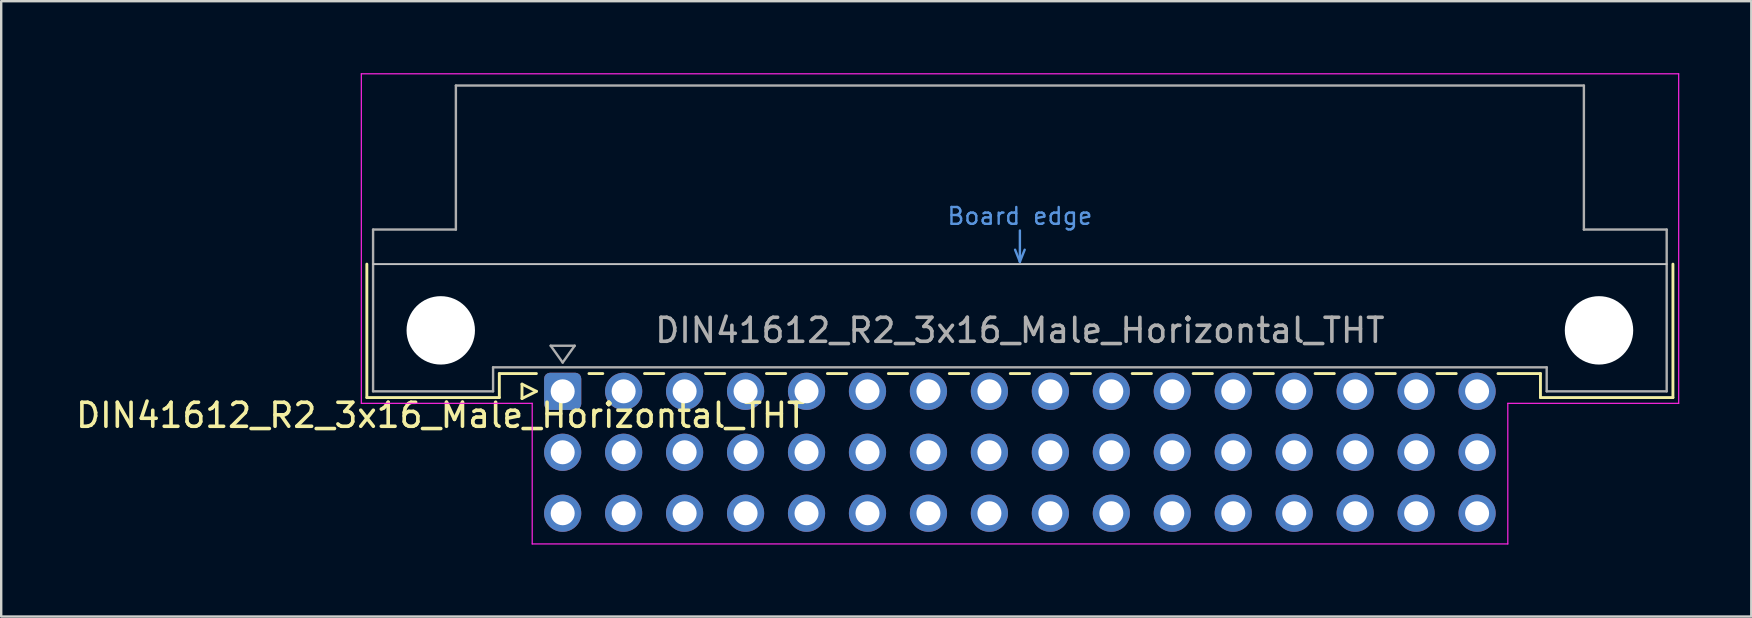
<source format=kicad_pcb>
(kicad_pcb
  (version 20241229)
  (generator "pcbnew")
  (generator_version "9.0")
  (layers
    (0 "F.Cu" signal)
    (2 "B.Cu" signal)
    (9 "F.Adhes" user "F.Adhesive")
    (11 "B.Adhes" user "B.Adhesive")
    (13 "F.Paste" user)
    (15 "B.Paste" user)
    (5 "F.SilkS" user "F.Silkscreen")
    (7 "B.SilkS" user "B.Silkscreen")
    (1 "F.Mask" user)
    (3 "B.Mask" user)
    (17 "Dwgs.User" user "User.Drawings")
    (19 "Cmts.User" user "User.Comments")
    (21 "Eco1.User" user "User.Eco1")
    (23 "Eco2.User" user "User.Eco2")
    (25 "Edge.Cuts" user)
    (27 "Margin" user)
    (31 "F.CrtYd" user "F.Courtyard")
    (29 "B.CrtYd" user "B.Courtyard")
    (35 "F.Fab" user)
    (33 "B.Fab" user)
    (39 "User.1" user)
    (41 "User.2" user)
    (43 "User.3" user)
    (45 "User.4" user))
  (footprint "DIN41612_R2_3x16_Male_Horizontal_THT"
    (layer "F.Cu")
    (at 20.395 13.255)
    (property "Reference" "DIN41612_R2_3x16_Male_Horizontal_THT" (at -5.08 1 0) (layer "F.SilkS") (effects (font (size 1 1) (thickness 0.15))))
    (attr through_hole)
    (fp_line (start -8.16 -5.3) (end -8.16 0.26) (stroke (width 0.12) (type solid)) (layer "F.SilkS"))
    (fp_line (start -8.16 0.26) (end -2.64 0.26) (stroke (width 0.12) (type solid)) (layer "F.SilkS"))
    (fp_line (start -2.64 -0.74) (end -1.095 -0.74) (stroke (width 0.12) (type solid)) (layer "F.SilkS"))
    (fp_line (start -2.64 0.26) (end -2.64 -0.74) (stroke (width 0.12) (type solid)) (layer "F.SilkS"))
    (fp_line (start -1.695 -0.3) (end -1.695 0.3) (stroke (width 0.12) (type solid)) (layer "F.SilkS"))
    (fp_line (start -1.695 0.3) (end -1.095 0) (stroke (width 0.12) (type solid)) (layer "F.SilkS"))
    (fp_line (start -1.095 0) (end -1.695 -0.3) (stroke (width 0.12) (type solid)) (layer "F.SilkS"))
    (fp_line (start 1.095 -0.74) (end 1.671 -0.74) (stroke (width 0.12) (type solid)) (layer "F.SilkS"))
    (fp_line (start 3.41 -0.74) (end 4.211 -0.74) (stroke (width 0.12) (type solid)) (layer "F.SilkS"))
    (fp_line (start 5.95 -0.74) (end 6.751 -0.74) (stroke (width 0.12) (type solid)) (layer "F.SilkS"))
    (fp_line (start 8.49 -0.74) (end 9.291 -0.74) (stroke (width 0.12) (type solid)) (layer "F.SilkS"))
    (fp_line (start 11.03 -0.74) (end 11.831 -0.74) (stroke (width 0.12) (type solid)) (layer "F.SilkS"))
    (fp_line (start 13.57 -0.74) (end 14.371 -0.74) (stroke (width 0.12) (type solid)) (layer "F.SilkS"))
    (fp_line (start 16.11 -0.74) (end 16.911 -0.74) (stroke (width 0.12) (type solid)) (layer "F.SilkS"))
    (fp_line (start 18.65 -0.74) (end 19.451 -0.74) (stroke (width 0.12) (type solid)) (layer "F.SilkS"))
    (fp_line (start 21.19 -0.74) (end 21.991 -0.74) (stroke (width 0.12) (type solid)) (layer "F.SilkS"))
    (fp_line (start 23.73 -0.74) (end 24.531 -0.74) (stroke (width 0.12) (type solid)) (layer "F.SilkS"))
    (fp_line (start 26.27 -0.74) (end 27.071 -0.74) (stroke (width 0.12) (type solid)) (layer "F.SilkS"))
    (fp_line (start 28.81 -0.74) (end 29.611 -0.74) (stroke (width 0.12) (type solid)) (layer "F.SilkS"))
    (fp_line (start 31.35 -0.74) (end 32.151 -0.74) (stroke (width 0.12) (type solid)) (layer "F.SilkS"))
    (fp_line (start 33.89 -0.74) (end 34.691 -0.74) (stroke (width 0.12) (type solid)) (layer "F.SilkS"))
    (fp_line (start 36.43 -0.74) (end 37.231 -0.74) (stroke (width 0.12) (type solid)) (layer "F.SilkS"))
    (fp_line (start 38.97 -0.74) (end 40.74 -0.74) (stroke (width 0.12) (type solid)) (layer "F.SilkS"))
    (fp_line (start 40.74 0.26) (end 40.74 -0.74) (stroke (width 0.12) (type solid)) (layer "F.SilkS"))
    (fp_line (start 46.26 -5.3) (end 46.26 0.26) (stroke (width 0.12) (type solid)) (layer "F.SilkS"))
    (fp_line (start 46.26 0.26) (end 40.74 0.26) (stroke (width 0.12) (type solid)) (layer "F.SilkS"))
    (fp_line (start -7.9 -5.3) (end 46 -5.3) (stroke (width 0.08) (type solid)) (layer "Dwgs.User"))
    (fp_line (start 18.85 -5.9) (end 19.05 -5.4) (stroke (width 0.1) (type solid)) (layer "Cmts.User"))
    (fp_line (start 19.05 -5.4) (end 19.05 -6.7) (stroke (width 0.1) (type solid)) (layer "Cmts.User"))
    (fp_line (start 19.05 -5.4) (end 19.25 -5.9) (stroke (width 0.1) (type solid)) (layer "Cmts.User"))
    (fp_line (start -8.39 -13.23) (end -8.39 0.5) (stroke (width 0.05) (type solid)) (layer "F.CrtYd"))
    (fp_line (start -8.39 0.5) (end -1.27 0.5) (stroke (width 0.05) (type solid)) (layer "F.CrtYd"))
    (fp_line (start -1.27 0.5) (end -1.27 6.36) (stroke (width 0.05) (type solid)) (layer "F.CrtYd"))
    (fp_line (start -1.27 6.36) (end 39.38 6.36) (stroke (width 0.05) (type solid)) (layer "F.CrtYd"))
    (fp_line (start 39.38 0.5) (end 46.5 0.5) (stroke (width 0.05) (type solid)) (layer "F.CrtYd"))
    (fp_line (start 39.38 6.36) (end 39.38 0.5) (stroke (width 0.05) (type solid)) (layer "F.CrtYd"))
    (fp_line (start 46.5 -13.23) (end -8.39 -13.23) (stroke (width 0.05) (type solid)) (layer "F.CrtYd"))
    (fp_line (start 46.5 0.5) (end 46.5 -13.23) (stroke (width 0.05) (type solid)) (layer "F.CrtYd"))
    (fp_line (start -7.9 -6.74) (end -7.9 0) (stroke (width 0.1) (type solid)) (layer "F.Fab"))
    (fp_line (start -7.9 0) (end -2.9 0) (stroke (width 0.1) (type solid)) (layer "F.Fab"))
    (fp_line (start -4.45 -12.74) (end -4.45 -6.74) (stroke (width 0.1) (type solid)) (layer "F.Fab"))
    (fp_line (start -4.45 -6.74) (end -7.9 -6.74) (stroke (width 0.1) (type solid)) (layer "F.Fab"))
    (fp_line (start -2.9 -1) (end 41 -1) (stroke (width 0.1) (type solid)) (layer "F.Fab"))
    (fp_line (start -2.9 0) (end -2.9 -1) (stroke (width 0.1) (type solid)) (layer "F.Fab"))
    (fp_line (start -0.5 -1.9) (end 0.5 -1.9) (stroke (width 0.1) (type solid)) (layer "F.Fab"))
    (fp_line (start 0 -1.2) (end -0.5 -1.9) (stroke (width 0.1) (type solid)) (layer "F.Fab"))
    (fp_line (start 0.5 -1.9) (end 0 -1.2) (stroke (width 0.1) (type solid)) (layer "F.Fab"))
    (fp_line (start 41 -1) (end 41 0) (stroke (width 0.1) (type solid)) (layer "F.Fab"))
    (fp_line (start 41 0) (end 46 0) (stroke (width 0.1) (type solid)) (layer "F.Fab"))
    (fp_line (start 42.55 -12.74) (end -4.45 -12.74) (stroke (width 0.1) (type solid)) (layer "F.Fab"))
    (fp_line (start 42.55 -6.74) (end 42.55 -12.74) (stroke (width 0.1) (type solid)) (layer "F.Fab"))
    (fp_line (start 46 -6.74) (end 42.55 -6.74) (stroke (width 0.1) (type solid)) (layer "F.Fab"))
    (fp_line (start 46 0) (end 46 -6.74) (stroke (width 0.1) (type solid)) (layer "F.Fab"))
    (fp_text user "Board edge" (at 19.05 -7.3 0) (layer "Cmts.User") (effects (font (size 0.7 0.7) (thickness 0.1))))
    (fp_text user "${REFERENCE}" (at 19.05 -2.54 0) (layer "F.Fab") (effects (font (size 1 1) (thickness 0.15))))
    (pad "" np_thru_hole circle (at -5.08 -2.54) (size 2.85 2.85) (drill 2.85) (layers "*.Cu" "*.Mask"))
    (pad "" np_thru_hole circle (at 43.18 -2.54) (size 2.85 2.85) (drill 2.85) (layers "*.Cu" "*.Mask"))
    (pad "a1" thru_hole roundrect (at 0 0) (size 1.55 1.55) (drill 1) (layers "*.Cu" "*.Mask") (roundrect_rratio 0.161))
    (pad "a2" thru_hole circle (at 2.54 0) (size 1.55 1.55) (drill 1) (layers "*.Cu" "*.Mask"))
    (pad "a3" thru_hole circle (at 5.08 0) (size 1.55 1.55) (drill 1) (layers "*.Cu" "*.Mask"))
    (pad "a4" thru_hole circle (at 7.62 0) (size 1.55 1.55) (drill 1) (layers "*.Cu" "*.Mask"))
    (pad "a5" thru_hole circle (at 10.16 0) (size 1.55 1.55) (drill 1) (layers "*.Cu" "*.Mask"))
    (pad "a6" thru_hole circle (at 12.7 0) (size 1.55 1.55) (drill 1) (layers "*.Cu" "*.Mask"))
    (pad "a7" thru_hole circle (at 15.24 0) (size 1.55 1.55) (drill 1) (layers "*.Cu" "*.Mask"))
    (pad "a8" thru_hole circle (at 17.78 0) (size 1.55 1.55) (drill 1) (layers "*.Cu" "*.Mask"))
    (pad "a9" thru_hole circle (at 20.32 0) (size 1.55 1.55) (drill 1) (layers "*.Cu" "*.Mask"))
    (pad "a10" thru_hole circle (at 22.86 0) (size 1.55 1.55) (drill 1) (layers "*.Cu" "*.Mask"))
    (pad "a11" thru_hole circle (at 25.4 0) (size 1.55 1.55) (drill 1) (layers "*.Cu" "*.Mask"))
    (pad "a12" thru_hole circle (at 27.94 0) (size 1.55 1.55) (drill 1) (layers "*.Cu" "*.Mask"))
    (pad "a13" thru_hole circle (at 30.48 0) (size 1.55 1.55) (drill 1) (layers "*.Cu" "*.Mask"))
    (pad "a14" thru_hole circle (at 33.02 0) (size 1.55 1.55) (drill 1) (layers "*.Cu" "*.Mask"))
    (pad "a15" thru_hole circle (at 35.56 0) (size 1.55 1.55) (drill 1) (layers "*.Cu" "*.Mask"))
    (pad "a16" thru_hole circle (at 38.1 0) (size 1.55 1.55) (drill 1) (layers "*.Cu" "*.Mask"))
    (pad "b1" thru_hole circle (at 0 2.54) (size 1.55 1.55) (drill 1) (layers "*.Cu" "*.Mask"))
    (pad "b2" thru_hole circle (at 2.54 2.54) (size 1.55 1.55) (drill 1) (layers "*.Cu" "*.Mask"))
    (pad "b3" thru_hole circle (at 5.08 2.54) (size 1.55 1.55) (drill 1) (layers "*.Cu" "*.Mask"))
    (pad "b4" thru_hole circle (at 7.62 2.54) (size 1.55 1.55) (drill 1) (layers "*.Cu" "*.Mask"))
    (pad "b5" thru_hole circle (at 10.16 2.54) (size 1.55 1.55) (drill 1) (layers "*.Cu" "*.Mask"))
    (pad "b6" thru_hole circle (at 12.7 2.54) (size 1.55 1.55) (drill 1) (layers "*.Cu" "*.Mask"))
    (pad "b7" thru_hole circle (at 15.24 2.54) (size 1.55 1.55) (drill 1) (layers "*.Cu" "*.Mask"))
    (pad "b8" thru_hole circle (at 17.78 2.54) (size 1.55 1.55) (drill 1) (layers "*.Cu" "*.Mask"))
    (pad "b9" thru_hole circle (at 20.32 2.54) (size 1.55 1.55) (drill 1) (layers "*.Cu" "*.Mask"))
    (pad "b10" thru_hole circle (at 22.86 2.54) (size 1.55 1.55) (drill 1) (layers "*.Cu" "*.Mask"))
    (pad "b11" thru_hole circle (at 25.4 2.54) (size 1.55 1.55) (drill 1) (layers "*.Cu" "*.Mask"))
    (pad "b12" thru_hole circle (at 27.94 2.54) (size 1.55 1.55) (drill 1) (layers "*.Cu" "*.Mask"))
    (pad "b13" thru_hole circle (at 30.48 2.54) (size 1.55 1.55) (drill 1) (layers "*.Cu" "*.Mask"))
    (pad "b14" thru_hole circle (at 33.02 2.54) (size 1.55 1.55) (drill 1) (layers "*.Cu" "*.Mask"))
    (pad "b15" thru_hole circle (at 35.56 2.54) (size 1.55 1.55) (drill 1) (layers "*.Cu" "*.Mask"))
    (pad "b16" thru_hole circle (at 38.1 2.54) (size 1.55 1.55) (drill 1) (layers "*.Cu" "*.Mask"))
    (pad "c1" thru_hole circle (at 0 5.08) (size 1.55 1.55) (drill 1) (layers "*.Cu" "*.Mask"))
    (pad "c2" thru_hole circle (at 2.54 5.08) (size 1.55 1.55) (drill 1) (layers "*.Cu" "*.Mask"))
    (pad "c3" thru_hole circle (at 5.08 5.08) (size 1.55 1.55) (drill 1) (layers "*.Cu" "*.Mask"))
    (pad "c4" thru_hole circle (at 7.62 5.08) (size 1.55 1.55) (drill 1) (layers "*.Cu" "*.Mask"))
    (pad "c5" thru_hole circle (at 10.16 5.08) (size 1.55 1.55) (drill 1) (layers "*.Cu" "*.Mask"))
    (pad "c6" thru_hole circle (at 12.7 5.08) (size 1.55 1.55) (drill 1) (layers "*.Cu" "*.Mask"))
    (pad "c7" thru_hole circle (at 15.24 5.08) (size 1.55 1.55) (drill 1) (layers "*.Cu" "*.Mask"))
    (pad "c8" thru_hole circle (at 17.78 5.08) (size 1.55 1.55) (drill 1) (layers "*.Cu" "*.Mask"))
    (pad "c9" thru_hole circle (at 20.32 5.08) (size 1.55 1.55) (drill 1) (layers "*.Cu" "*.Mask"))
    (pad "c10" thru_hole circle (at 22.86 5.08) (size 1.55 1.55) (drill 1) (layers "*.Cu" "*.Mask"))
    (pad "c11" thru_hole circle (at 25.4 5.08) (size 1.55 1.55) (drill 1) (layers "*.Cu" "*.Mask"))
    (pad "c12" thru_hole circle (at 27.94 5.08) (size 1.55 1.55) (drill 1) (layers "*.Cu" "*.Mask"))
    (pad "c13" thru_hole circle (at 30.48 5.08) (size 1.55 1.55) (drill 1) (layers "*.Cu" "*.Mask"))
    (pad "c14" thru_hole circle (at 33.02 5.08) (size 1.55 1.55) (drill 1) (layers "*.Cu" "*.Mask"))
    (pad "c15" thru_hole circle (at 35.56 5.08) (size 1.55 1.55) (drill 1) (layers "*.Cu" "*.Mask"))
    (pad "c16" thru_hole circle (at 38.1 5.08) (size 1.55 1.55) (drill 1) (layers "*.Cu" "*.Mask")))
  (gr_rect
    (start -3 -3)
    (end 69.92 22.64)
    (stroke (width 0.1) (type default))
    (fill no)
    (layer "Edge.Cuts")))
</source>
